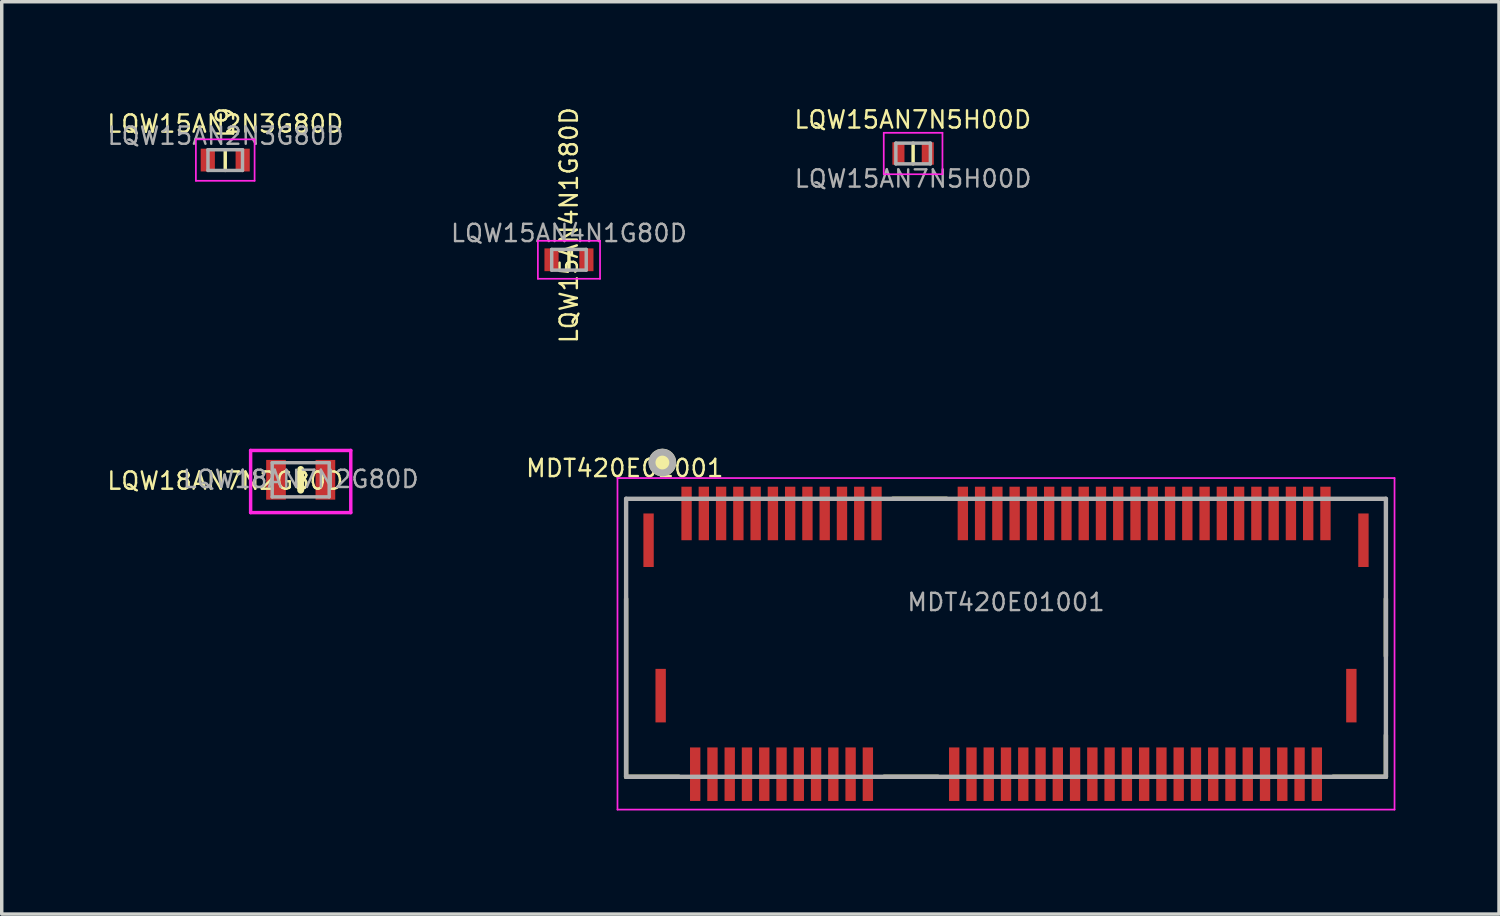
<source format=kicad_pcb>
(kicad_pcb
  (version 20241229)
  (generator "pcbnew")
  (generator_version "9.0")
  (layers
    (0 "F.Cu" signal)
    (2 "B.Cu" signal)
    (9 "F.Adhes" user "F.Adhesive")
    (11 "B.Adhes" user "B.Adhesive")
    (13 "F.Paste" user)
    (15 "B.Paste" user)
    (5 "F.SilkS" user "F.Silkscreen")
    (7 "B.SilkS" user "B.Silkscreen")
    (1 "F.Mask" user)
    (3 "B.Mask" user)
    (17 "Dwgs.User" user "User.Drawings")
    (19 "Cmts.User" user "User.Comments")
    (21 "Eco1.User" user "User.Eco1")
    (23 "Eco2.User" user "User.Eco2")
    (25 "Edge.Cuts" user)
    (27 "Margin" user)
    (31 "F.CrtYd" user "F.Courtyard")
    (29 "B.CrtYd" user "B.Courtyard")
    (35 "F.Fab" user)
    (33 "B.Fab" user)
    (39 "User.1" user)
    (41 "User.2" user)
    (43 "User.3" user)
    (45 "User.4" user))
  (footprint "LQW18AN7N2G80D"
    (layer "F.Cu")
    (at 5.657 10.843)
    (property "Reference" "LQW18AN7N2G80D" (at -2.185 0.03 180) (layer "F.SilkS") (effects (font (size 0.5 0.5) (thickness 0.07))))
    (attr smd)
    (fp_line (start 0 -0.3) (end 0 0.3) (stroke (width 0.2) (type solid)) (layer "F.SilkS"))
    (fp_line (start -1.45 -0.85) (end 1.45 -0.85) (stroke (width 0.1) (type solid)) (layer "F.CrtYd"))
    (fp_line (start -1.45 0.95) (end -1.45 -0.85) (stroke (width 0.1) (type solid)) (layer "F.CrtYd"))
    (fp_line (start 1.45 -0.85) (end 1.45 0.95) (stroke (width 0.1) (type solid)) (layer "F.CrtYd"))
    (fp_line (start 1.45 0.95) (end -1.45 0.95) (stroke (width 0.1) (type solid)) (layer "F.CrtYd"))
    (fp_line (start -0.825 -0.495) (end 0.825 -0.495) (stroke (width 0.1) (type solid)) (layer "F.Fab"))
    (fp_line (start -0.825 0.495) (end -0.825 -0.495) (stroke (width 0.1) (type solid)) (layer "F.Fab"))
    (fp_line (start 0.825 -0.495) (end 0.825 0.495) (stroke (width 0.1) (type solid)) (layer "F.Fab"))
    (fp_line (start 0.825 0.495) (end -0.825 0.495) (stroke (width 0.1) (type solid)) (layer "F.Fab"))
    (fp_text user "${REFERENCE}" (at 0 -0.02 180) (layer "F.Fab") (effects (font (size 0.5 0.5) (thickness 0.07))))
    (pad "1" smd rect (at -0.715 0) (size 0.57 1.15) (layers "F.Cu" "F.Mask" "F.Paste"))
    (pad "2" smd rect (at 0.715 0) (size 0.57 1.15) (layers "F.Cu" "F.Mask" "F.Paste")))
  (footprint "LQW15AN7N5H00D"
    (layer "F.Cu")
    (at 23.39 1.395)
    (property "Reference" "LQW15AN7N5H00D" (at -0.01 -0.98 180) (layer "F.SilkS") (effects (font (size 0.5 0.5) (thickness 0.07))))
    (attr smd)
    (fp_line (start 0 -0.3) (end 0 0.3) (stroke (width 0.1) (type solid)) (layer "F.SilkS"))
    (fp_line (start -0.85 -0.6) (end 0.85 -0.6) (stroke (width 0.05) (type solid)) (layer "F.CrtYd"))
    (fp_line (start -0.85 0.6) (end -0.85 -0.6) (stroke (width 0.05) (type solid)) (layer "F.CrtYd"))
    (fp_line (start 0.85 -0.6) (end 0.85 0.6) (stroke (width 0.05) (type solid)) (layer "F.CrtYd"))
    (fp_line (start 0.85 0.6) (end -0.85 0.6) (stroke (width 0.05) (type solid)) (layer "F.CrtYd"))
    (fp_line (start -0.5 -0.3) (end 0.5 -0.3) (stroke (width 0.1) (type solid)) (layer "F.Fab"))
    (fp_line (start -0.5 0.3) (end -0.5 -0.3) (stroke (width 0.1) (type solid)) (layer "F.Fab"))
    (fp_line (start 0.5 -0.3) (end 0.5 0.3) (stroke (width 0.1) (type solid)) (layer "F.Fab"))
    (fp_line (start 0.5 0.3) (end -0.5 0.3) (stroke (width 0.1) (type solid)) (layer "F.Fab"))
    (fp_text user "${REFERENCE}" (at 0 0.73 180) (layer "F.Fab") (effects (font (size 0.5 0.5) (thickness 0.07) (bold yes))))
    (pad "1" smd rect (at -0.425 0) (size 0.35 0.65) (layers "F.Cu" "F.Mask" "F.Paste"))
    (pad "2" smd rect (at 0.425 0) (size 0.35 0.65) (layers "F.Cu" "F.Mask" "F.Paste")))
  (footprint "LQW15AN2N3G80D"
    (layer "F.Cu")
    (at 3.472 1.585)
    (property "Reference" "LQW15AN2N3G80D" (at 0 -1.05 180) (layer "F.SilkS") (effects (font (size 0.5 0.5) (thickness 0.07))))
    (attr smd)
    (fp_line (start 0 -0.3) (end 0 0.3) (stroke (width 0.1) (type solid)) (layer "F.SilkS"))
    (fp_line (start -0.85 -0.6) (end 0.85 -0.6) (stroke (width 0.05) (type solid)) (layer "F.CrtYd"))
    (fp_line (start -0.85 0.6) (end -0.85 -0.6) (stroke (width 0.05) (type solid)) (layer "F.CrtYd"))
    (fp_line (start 0.85 -0.6) (end 0.85 0.6) (stroke (width 0.05) (type solid)) (layer "F.CrtYd"))
    (fp_line (start 0.85 0.6) (end -0.85 0.6) (stroke (width 0.05) (type solid)) (layer "F.CrtYd"))
    (fp_line (start -0.5 -0.3) (end 0.5 -0.3) (stroke (width 0.1) (type solid)) (layer "F.Fab"))
    (fp_line (start -0.5 0.3) (end -0.5 -0.3) (stroke (width 0.1) (type solid)) (layer "F.Fab"))
    (fp_line (start 0.5 -0.3) (end 0.5 0.3) (stroke (width 0.1) (type solid)) (layer "F.Fab"))
    (fp_line (start 0.5 0.3) (end -0.5 0.3) (stroke (width 0.1) (type solid)) (layer "F.Fab"))
    (fp_text user "L9" (at 0 -1.09 270) (layer "F.SilkS") (effects (font (size 0.5 0.5) (thickness 0.07) (bold yes))))
    (fp_text user "${REFERENCE}" (at 0.01 -0.7 180) (layer "F.Fab") (effects (font (size 0.5 0.5) (thickness 0.07) (bold yes))))
    (pad "1" smd rect (at -0.505 0) (size 0.41 0.66) (layers "F.Cu" "F.Mask" "F.Paste"))
    (pad "2" smd rect (at 0.505 0) (size 0.41 0.66) (layers "F.Cu" "F.Mask" "F.Paste")))
  (footprint "MDT420E01001"
    (layer "F.Cu")
    (at 26.08 17.093)
    (property "Reference" "MDT420E01001" (at -11.04 -6.585 0) (layer "F.SilkS") (effects (font (size 0.5 0.5) (thickness 0.07))))
    (attr smd)
    (fp_line (start -11 2.35) (end -11 -2.805) (stroke (width 0.127) (type solid)) (layer "F.SilkS"))
    (fp_line (start -9.47 2.35) (end -11 2.35) (stroke (width 0.127) (type solid)) (layer "F.SilkS"))
    (fp_line (start -3.53 2.35) (end -1.97 2.35) (stroke (width 0.127) (type solid)) (layer "F.SilkS"))
    (fp_line (start -3.28 -5.7) (end -1.72 -5.7) (stroke (width 0.127) (type solid)) (layer "F.SilkS"))
    (fp_line (start 11 -2.805) (end 11 -1.145) (stroke (width 0.127) (type solid)) (layer "F.SilkS"))
    (fp_line (start 11 2.35) (end 9.47 2.35) (stroke (width 0.127) (type solid)) (layer "F.SilkS"))
    (fp_line (start 11 2.35) (end 11 1.145) (stroke (width 0.127) (type solid)) (layer "F.SilkS"))
    (fp_circle (center -9.95 -6.75) (end -9.65 -6.75) (stroke (width 0.2) (type solid)) (fill yes) (layer "F.SilkS"))
    (fp_line (start -11.25 -6.3) (end -11.25 3.3) (stroke (width 0.05) (type solid)) (layer "F.CrtYd"))
    (fp_line (start -11.25 3.3) (end 11.25 3.3) (stroke (width 0.05) (type solid)) (layer "F.CrtYd"))
    (fp_line (start 11.25 -6.3) (end -11.25 -6.3) (stroke (width 0.05) (type solid)) (layer "F.CrtYd"))
    (fp_line (start 11.25 3.3) (end 11.25 -6.3) (stroke (width 0.05) (type solid)) (layer "F.CrtYd"))
    (fp_line (start -11 -5.7) (end 11 -5.7) (stroke (width 0.127) (type solid)) (layer "F.Fab"))
    (fp_line (start -11 2.35) (end -11 -5.7) (stroke (width 0.127) (type solid)) (layer "F.Fab"))
    (fp_line (start 11 -5.7) (end 11 2.35) (stroke (width 0.127) (type solid)) (layer "F.Fab"))
    (fp_line (start 11 2.35) (end -11 2.35) (stroke (width 0.127) (type solid)) (layer "F.Fab"))
    (fp_circle (center -9.95 -6.75) (end -9.65 -6.75) (stroke (width 0.2) (type solid)) (fill no) (layer "F.Fab"))
    (fp_text user "${REFERENCE}" (at 0 -2.705 0) (layer "F.Fab") (effects (font (size 0.5 0.5) (thickness 0.07))))
    (pad "" smd rect (at -10.35 -4.5) (size 0.3 1.55) (layers "F.Cu" "F.Mask" "F.Paste"))
    (pad "" smd rect (at -10 0) (size 0.3 1.55) (layers "F.Cu" "F.Mask" "F.Paste"))
    (pad "" smd rect (at 10 0) (size 0.3 1.55) (layers "F.Cu" "F.Mask" "F.Paste"))
    (pad "" smd rect (at 10.35 -4.5) (size 0.3 1.55) (layers "F.Cu" "F.Mask" "F.Paste"))
    (pad "1" smd rect (at -9.25 -5.275) (size 0.3 1.55) (layers "F.Cu" "F.Mask" "F.Paste"))
    (pad "2" smd rect (at -9 2.275) (size 0.3 1.55) (layers "F.Cu" "F.Mask" "F.Paste"))
    (pad "3" smd rect (at -8.75 -5.275) (size 0.3 1.55) (layers "F.Cu" "F.Mask" "F.Paste"))
    (pad "4" smd rect (at -8.5 2.275) (size 0.3 1.55) (layers "F.Cu" "F.Mask" "F.Paste"))
    (pad "5" smd rect (at -8.25 -5.275) (size 0.3 1.55) (layers "F.Cu" "F.Mask" "F.Paste"))
    (pad "6" smd rect (at -8 2.275) (size 0.3 1.55) (layers "F.Cu" "F.Mask" "F.Paste"))
    (pad "7" smd rect (at -7.75 -5.275) (size 0.3 1.55) (layers "F.Cu" "F.Mask" "F.Paste"))
    (pad "8" smd rect (at -7.5 2.275) (size 0.3 1.55) (layers "F.Cu" "F.Mask" "F.Paste"))
    (pad "9" smd rect (at -7.25 -5.275) (size 0.3 1.55) (layers "F.Cu" "F.Mask" "F.Paste"))
    (pad "10" smd rect (at -7 2.275) (size 0.3 1.55) (layers "F.Cu" "F.Mask" "F.Paste"))
    (pad "11" smd rect (at -6.75 -5.275) (size 0.3 1.55) (layers "F.Cu" "F.Mask" "F.Paste"))
    (pad "12" smd rect (at -6.5 2.275) (size 0.3 1.55) (layers "F.Cu" "F.Mask" "F.Paste"))
    (pad "13" smd rect (at -6.25 -5.275) (size 0.3 1.55) (layers "F.Cu" "F.Mask" "F.Paste"))
    (pad "14" smd rect (at -6 2.275) (size 0.3 1.55) (layers "F.Cu" "F.Mask" "F.Paste"))
    (pad "15" smd rect (at -5.75 -5.275) (size 0.3 1.55) (layers "F.Cu" "F.Mask" "F.Paste"))
    (pad "16" smd rect (at -5.5 2.275) (size 0.3 1.55) (layers "F.Cu" "F.Mask" "F.Paste"))
    (pad "17" smd rect (at -5.25 -5.275) (size 0.3 1.55) (layers "F.Cu" "F.Mask" "F.Paste"))
    (pad "18" smd rect (at -5 2.275) (size 0.3 1.55) (layers "F.Cu" "F.Mask" "F.Paste"))
    (pad "19" smd rect (at -4.75 -5.275) (size 0.3 1.55) (layers "F.Cu" "F.Mask" "F.Paste"))
    (pad "20" smd rect (at -4.5 2.275) (size 0.3 1.55) (layers "F.Cu" "F.Mask" "F.Paste"))
    (pad "21" smd rect (at -4.25 -5.275) (size 0.3 1.55) (layers "F.Cu" "F.Mask" "F.Paste"))
    (pad "22" smd rect (at -4 2.275) (size 0.3 1.55) (layers "F.Cu" "F.Mask" "F.Paste"))
    (pad "23" smd rect (at -3.75 -5.275) (size 0.3 1.55) (layers "F.Cu" "F.Mask" "F.Paste"))
    (pad "32" smd rect (at -1.5 2.275) (size 0.3 1.55) (layers "F.Cu" "F.Mask" "F.Paste"))
    (pad "33" smd rect (at -1.25 -5.275) (size 0.3 1.55) (layers "F.Cu" "F.Mask" "F.Paste"))
    (pad "34" smd rect (at -1 2.275) (size 0.3 1.55) (layers "F.Cu" "F.Mask" "F.Paste"))
    (pad "35" smd rect (at -0.75 -5.275) (size 0.3 1.55) (layers "F.Cu" "F.Mask" "F.Paste"))
    (pad "36" smd rect (at -0.5 2.275) (size 0.3 1.55) (layers "F.Cu" "F.Mask" "F.Paste"))
    (pad "37" smd rect (at -0.25 -5.275) (size 0.3 1.55) (layers "F.Cu" "F.Mask" "F.Paste"))
    (pad "38" smd rect (at 0 2.275) (size 0.3 1.55) (layers "F.Cu" "F.Mask" "F.Paste"))
    (pad "39" smd rect (at 0.25 -5.275) (size 0.3 1.55) (layers "F.Cu" "F.Mask" "F.Paste"))
    (pad "40" smd rect (at 0.5 2.275) (size 0.3 1.55) (layers "F.Cu" "F.Mask" "F.Paste"))
    (pad "41" smd rect (at 0.75 -5.275) (size 0.3 1.55) (layers "F.Cu" "F.Mask" "F.Paste"))
    (pad "42" smd rect (at 1 2.275) (size 0.3 1.55) (layers "F.Cu" "F.Mask" "F.Paste"))
    (pad "43" smd rect (at 1.25 -5.275) (size 0.3 1.55) (layers "F.Cu" "F.Mask" "F.Paste"))
    (pad "44" smd rect (at 1.5 2.275) (size 0.3 1.55) (layers "F.Cu" "F.Mask" "F.Paste"))
    (pad "45" smd rect (at 1.75 -5.275) (size 0.3 1.55) (layers "F.Cu" "F.Mask" "F.Paste"))
    (pad "46" smd rect (at 2 2.275) (size 0.3 1.55) (layers "F.Cu" "F.Mask" "F.Paste"))
    (pad "47" smd rect (at 2.25 -5.275) (size 0.3 1.55) (layers "F.Cu" "F.Mask" "F.Paste"))
    (pad "48" smd rect (at 2.5 2.275) (size 0.3 1.55) (layers "F.Cu" "F.Mask" "F.Paste"))
    (pad "49" smd rect (at 2.75 -5.275) (size 0.3 1.55) (layers "F.Cu" "F.Mask" "F.Paste"))
    (pad "50" smd rect (at 3 2.275) (size 0.3 1.55) (layers "F.Cu" "F.Mask" "F.Paste"))
    (pad "51" smd rect (at 3.25 -5.275) (size 0.3 1.55) (layers "F.Cu" "F.Mask" "F.Paste"))
    (pad "52" smd rect (at 3.5 2.275) (size 0.3 1.55) (layers "F.Cu" "F.Mask" "F.Paste"))
    (pad "53" smd rect (at 3.75 -5.275) (size 0.3 1.55) (layers "F.Cu" "F.Mask" "F.Paste"))
    (pad "54" smd rect (at 4 2.275) (size 0.3 1.55) (layers "F.Cu" "F.Mask" "F.Paste"))
    (pad "55" smd rect (at 4.25 -5.275) (size 0.3 1.55) (layers "F.Cu" "F.Mask" "F.Paste"))
    (pad "56" smd rect (at 4.5 2.275) (size 0.3 1.55) (layers "F.Cu" "F.Mask" "F.Paste"))
    (pad "57" smd rect (at 4.75 -5.275) (size 0.3 1.55) (layers "F.Cu" "F.Mask" "F.Paste"))
    (pad "58" smd rect (at 5 2.275) (size 0.3 1.55) (layers "F.Cu" "F.Mask" "F.Paste"))
    (pad "59" smd rect (at 5.25 -5.275) (size 0.3 1.55) (layers "F.Cu" "F.Mask" "F.Paste"))
    (pad "60" smd rect (at 5.5 2.275) (size 0.3 1.55) (layers "F.Cu" "F.Mask" "F.Paste"))
    (pad "61" smd rect (at 5.75 -5.275) (size 0.3 1.55) (layers "F.Cu" "F.Mask" "F.Paste"))
    (pad "62" smd rect (at 6 2.275) (size 0.3 1.55) (layers "F.Cu" "F.Mask" "F.Paste"))
    (pad "63" smd rect (at 6.25 -5.275) (size 0.3 1.55) (layers "F.Cu" "F.Mask" "F.Paste"))
    (pad "64" smd rect (at 6.5 2.275) (size 0.3 1.55) (layers "F.Cu" "F.Mask" "F.Paste"))
    (pad "65" smd rect (at 6.75 -5.275) (size 0.3 1.55) (layers "F.Cu" "F.Mask" "F.Paste"))
    (pad "66" smd rect (at 7 2.275) (size 0.3 1.55) (layers "F.Cu" "F.Mask" "F.Paste"))
    (pad "67" smd rect (at 7.25 -5.275) (size 0.3 1.55) (layers "F.Cu" "F.Mask" "F.Paste"))
    (pad "68" smd rect (at 7.5 2.275) (size 0.3 1.55) (layers "F.Cu" "F.Mask" "F.Paste"))
    (pad "69" smd rect (at 7.75 -5.275) (size 0.3 1.55) (layers "F.Cu" "F.Mask" "F.Paste"))
    (pad "70" smd rect (at 8 2.275) (size 0.3 1.55) (layers "F.Cu" "F.Mask" "F.Paste"))
    (pad "71" smd rect (at 8.25 -5.275) (size 0.3 1.55) (layers "F.Cu" "F.Mask" "F.Paste"))
    (pad "72" smd rect (at 8.5 2.275) (size 0.3 1.55) (layers "F.Cu" "F.Mask" "F.Paste"))
    (pad "73" smd rect (at 8.75 -5.275) (size 0.3 1.55) (layers "F.Cu" "F.Mask" "F.Paste"))
    (pad "74" smd rect (at 9 2.275) (size 0.3 1.55) (layers "F.Cu" "F.Mask" "F.Paste"))
    (pad "75" smd rect (at 9.25 -5.275) (size 0.3 1.55) (layers "F.Cu" "F.Mask" "F.Paste")))
  (footprint "LQW15AN4N1G80D"
    (layer "F.Cu")
    (at 13.425 4.472)
    (property "Reference" "LQW15AN4N1G80D" (at 0 -1 270) (layer "F.SilkS") (effects (font (size 0.5 0.5) (thickness 0.07))))
    (attr smd)
    (fp_line (start 0 -0.3) (end 0 0.3) (stroke (width 0.1) (type solid)) (layer "F.SilkS"))
    (fp_line (start -0.9 -0.55) (end 0.9 -0.55) (stroke (width 0.05) (type solid)) (layer "F.CrtYd"))
    (fp_line (start -0.9 0.55) (end -0.9 -0.55) (stroke (width 0.05) (type solid)) (layer "F.CrtYd"))
    (fp_line (start 0.9 -0.55) (end 0.9 0.55) (stroke (width 0.05) (type solid)) (layer "F.CrtYd"))
    (fp_line (start 0.9 0.55) (end -0.9 0.55) (stroke (width 0.05) (type solid)) (layer "F.CrtYd"))
    (fp_line (start -0.5 -0.3) (end 0.5 -0.3) (stroke (width 0.1) (type solid)) (layer "F.Fab"))
    (fp_line (start -0.5 0.3) (end -0.5 -0.3) (stroke (width 0.1) (type solid)) (layer "F.Fab"))
    (fp_line (start 0.5 -0.3) (end 0.5 0.3) (stroke (width 0.1) (type solid)) (layer "F.Fab"))
    (fp_line (start 0.5 0.3) (end -0.5 0.3) (stroke (width 0.1) (type solid)) (layer "F.Fab"))
    (fp_text user "${REFERENCE}" (at 0 -0.77 180) (layer "F.Fab") (effects (font (size 0.5 0.5) (thickness 0.07) (bold yes))))
    (pad "1" smd rect (at -0.505 0) (size 0.41 0.66) (layers "F.Cu" "F.Mask" "F.Paste"))
    (pad "2" smd rect (at 0.505 0) (size 0.41 0.66) (layers "F.Cu" "F.Mask" "F.Paste")))
  (gr_rect
    (start -3 -3)
    (end 40.355 23.418)
    (stroke (width 0.1) (type default))
    (fill no)
    (layer "Edge.Cuts")))
</source>
